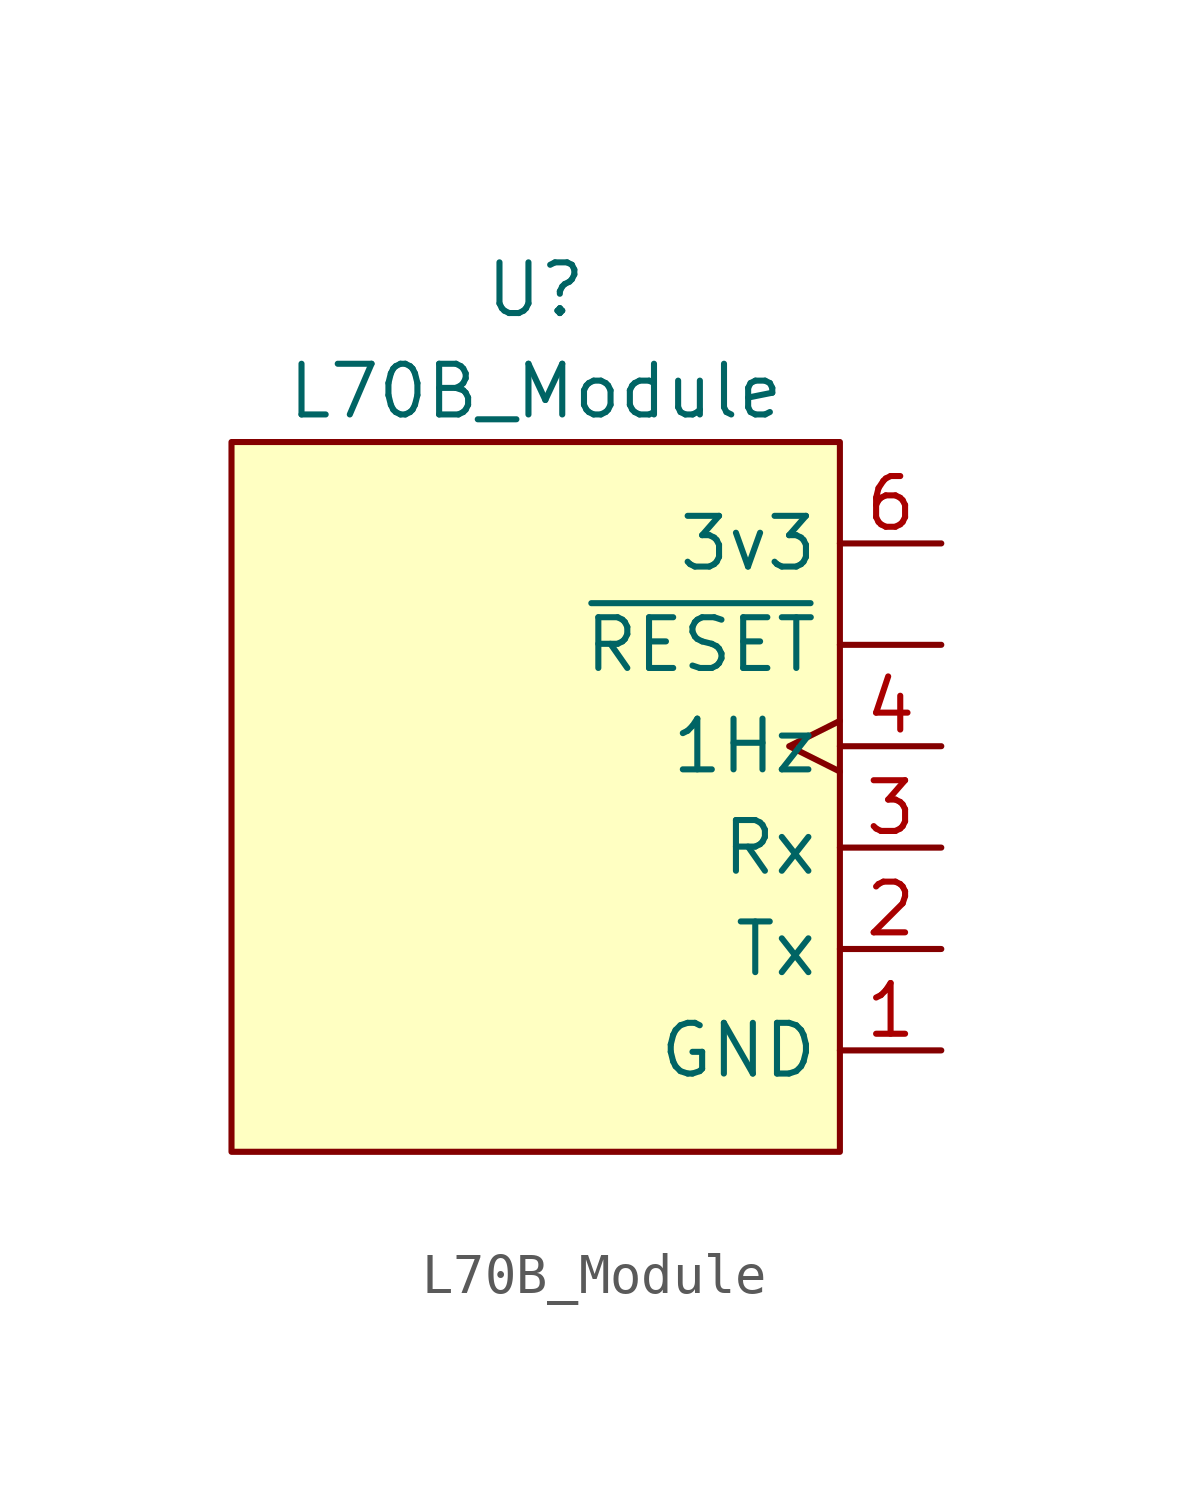
<source format=kicad_sym>
(kicad_symbol_lib
  (version 20211014)
  (generator kicad_symbol_editor)
  (symbol "L70B_Module"
    (property "Reference" "U"
      (at 0 12.7 0)
      (effects (font (size 1.27 1.27))))
    (property "Value" "L70B_Module"
      (at 0 10.16 0)
      (effects (font (size 1.27 1.27))))
    (symbol "L70B_Module_0_1"
      (rectangle (start 7.62 -8.89) (end -7.62 8.89) (stroke (width 0) (type default) (color 0 0 0 0)) (fill (type background))))
    (symbol "L70B_Module_1_1"
      (pin input line (at 10.16 3.81 180) (length 2.54) (name "~{RESET}" (effects (font (size 1.27 1.27)))) (number "" (effects (font (size 1.27 1.27)))))
      (pin power_in line (at 10.16 -6.35 180) (length 2.54) (name "GND" (effects (font (size 1.27 1.27)))) (number "1" (effects (font (size 1.27 1.27)))))
      (pin input line (at 10.16 -3.81 180) (length 2.54) (name "Tx" (effects (font (size 1.27 1.27)))) (number "2" (effects (font (size 1.27 1.27)))))
      (pin output line (at 10.16 -1.27 180) (length 2.54) (name "Rx" (effects (font (size 1.27 1.27)))) (number "3" (effects (font (size 1.27 1.27)))))
      (pin output clock (at 10.16 1.27 180) (length 2.54) (name "1Hz" (effects (font (size 1.27 1.27)))) (number "4" (effects (font (size 1.27 1.27)))))
      (pin power_in line (at 10.16 6.35 180) (length 2.54) (name "3v3" (effects (font (size 1.27 1.27)))) (number "6" (effects (font (size 1.27 1.27))))))))
</source>
